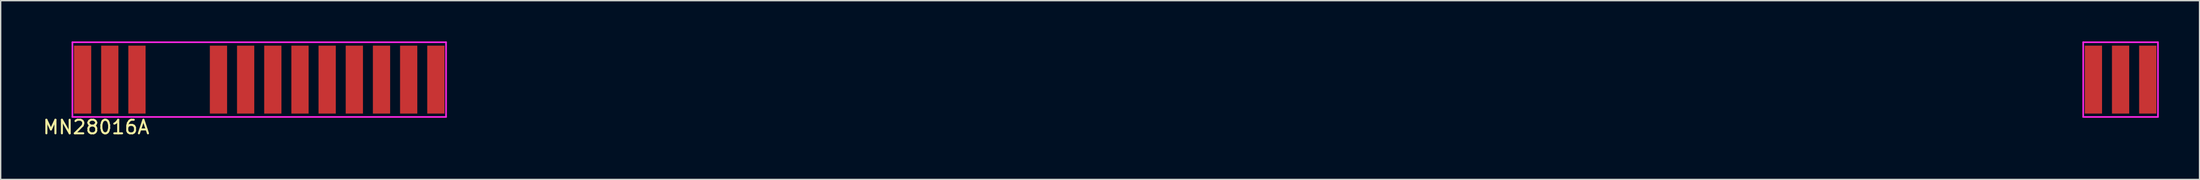
<source format=kicad_pcb>
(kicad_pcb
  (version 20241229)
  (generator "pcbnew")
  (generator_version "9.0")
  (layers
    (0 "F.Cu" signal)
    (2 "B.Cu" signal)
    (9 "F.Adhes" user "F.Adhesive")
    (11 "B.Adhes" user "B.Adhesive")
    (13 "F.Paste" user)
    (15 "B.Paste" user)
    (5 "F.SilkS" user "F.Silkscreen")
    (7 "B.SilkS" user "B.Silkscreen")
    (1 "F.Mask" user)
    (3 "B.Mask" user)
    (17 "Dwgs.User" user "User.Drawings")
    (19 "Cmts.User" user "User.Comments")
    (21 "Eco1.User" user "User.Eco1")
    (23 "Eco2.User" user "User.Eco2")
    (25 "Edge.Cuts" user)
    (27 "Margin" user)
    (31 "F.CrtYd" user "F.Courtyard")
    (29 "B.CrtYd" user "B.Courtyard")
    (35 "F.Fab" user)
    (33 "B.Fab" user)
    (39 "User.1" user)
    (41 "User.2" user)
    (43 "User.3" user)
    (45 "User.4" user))
  (footprint "MN28016A"
    (layer "F.Cu")
    (at 79.53 2.56)
    (property "Reference" "MN28016A" (at -75.5 3.75 0) (layer "F.SilkS") (effects (font (size 1 1) (thickness 0.15))))
    (attr through_hole)
    (fp_line (start -77.25 -2.5) (end -77.25 3) (stroke (width 0.12) (type solid)) (layer "F.CrtYd"))
    (fp_line (start -77.25 3) (end -49.75 3) (stroke (width 0.12) (type solid)) (layer "F.CrtYd"))
    (fp_line (start -49.75 -2.5) (end -77.25 -2.5) (stroke (width 0.12) (type solid)) (layer "F.CrtYd"))
    (fp_line (start -49.75 3) (end -49.75 -2.5) (stroke (width 0.12) (type solid)) (layer "F.CrtYd"))
    (fp_line (start 70.75 -2.5) (end 76.25 -2.5) (stroke (width 0.12) (type solid)) (layer "F.CrtYd"))
    (fp_line (start 70.75 3) (end 70.75 -2.5) (stroke (width 0.12) (type solid)) (layer "F.CrtYd"))
    (fp_line (start 76.25 -2.5) (end 76.25 3) (stroke (width 0.12) (type solid)) (layer "F.CrtYd"))
    (fp_line (start 76.25 3) (end 70.75 3) (stroke (width 0.12) (type solid)) (layer "F.CrtYd"))
    (pad "1" smd rect (at -76.5 0.25) (size 1.27 5) (layers "F.Cu" "F.Mask" "F.Paste"))
    (pad "1" smd rect (at -74.5 0.25) (size 1.27 5) (layers "F.Cu" "F.Mask" "F.Paste"))
    (pad "1" smd rect (at -72.5 0.25) (size 1.27 5) (layers "F.Cu" "F.Mask" "F.Paste"))
    (pad "2" smd rect (at -66.5 0.25) (size 1.27 5) (layers "F.Cu" "F.Mask" "F.Paste"))
    (pad "3" smd rect (at -64.5 0.25) (size 1.27 5) (layers "F.Cu" "F.Mask" "F.Paste"))
    (pad "4" smd rect (at -62.5 0.25) (size 1.27 5) (layers "F.Cu" "F.Mask" "F.Paste"))
    (pad "5" smd rect (at -60.5 0.25) (size 1.27 5) (layers "F.Cu" "F.Mask" "F.Paste"))
    (pad "6" smd rect (at -58.5 0.25) (size 1.27 5) (layers "F.Cu" "F.Mask" "F.Paste"))
    (pad "7" smd rect (at -56.5 0.25) (size 1.27 5) (layers "F.Cu" "F.Mask" "F.Paste"))
    (pad "8" smd rect (at -54.5 0.25) (size 1.27 5) (layers "F.Cu" "F.Mask" "F.Paste"))
    (pad "9" smd rect (at -52.5 0.25) (size 1.27 5) (layers "F.Cu" "F.Mask" "F.Paste"))
    (pad "10" smd rect (at -50.5 0.25) (size 1.27 5) (layers "F.Cu" "F.Mask" "F.Paste"))
    (pad "11" smd rect (at 71.5 0.25) (size 1.27 5) (layers "F.Cu" "F.Mask" "F.Paste"))
    (pad "11" smd rect (at 73.5 0.25) (size 1.27 5) (layers "F.Cu" "F.Mask" "F.Paste"))
    (pad "11" smd rect (at 75.5 0.25) (size 1.27 5) (layers "F.Cu" "F.Mask" "F.Paste")))
  (gr_rect
    (start -3 -3)
    (end 158.84 10.158)
    (stroke (width 0.1) (type default))
    (fill no)
    (layer "Edge.Cuts")))
</source>
